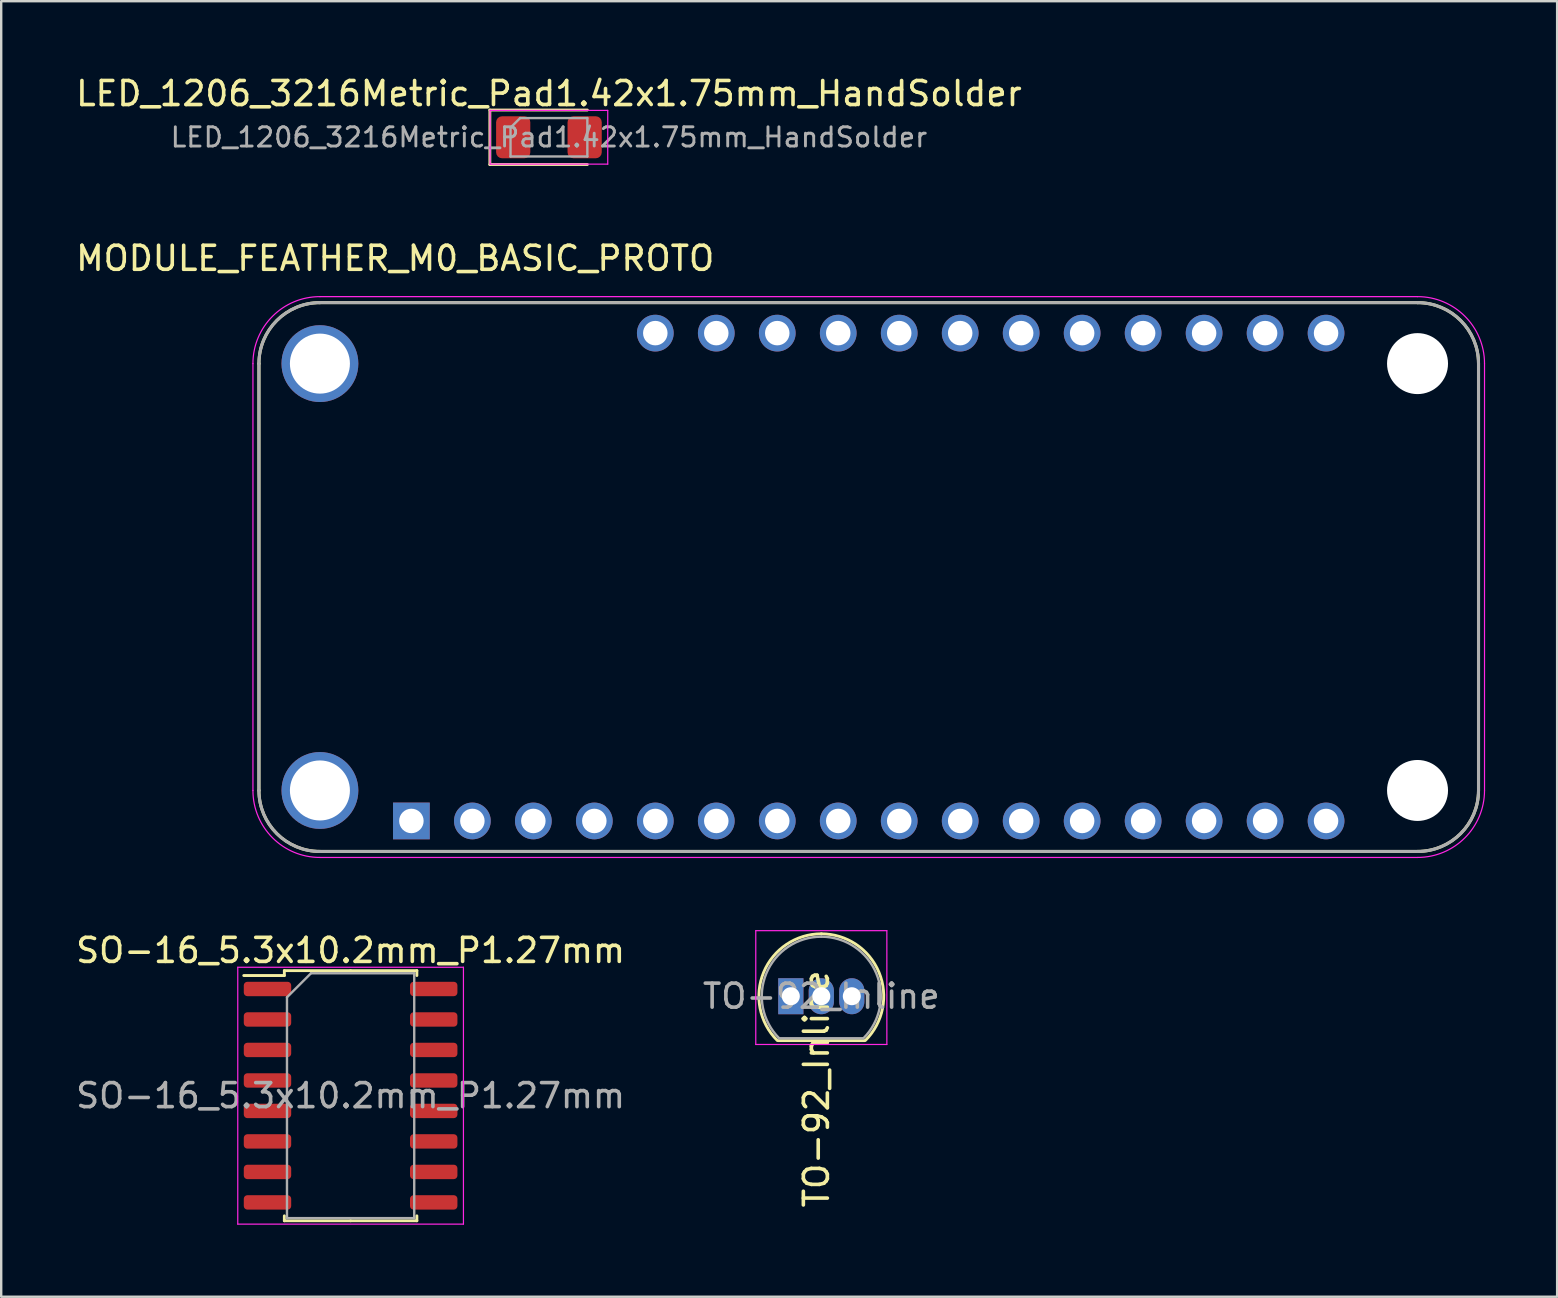
<source format=kicad_pcb>
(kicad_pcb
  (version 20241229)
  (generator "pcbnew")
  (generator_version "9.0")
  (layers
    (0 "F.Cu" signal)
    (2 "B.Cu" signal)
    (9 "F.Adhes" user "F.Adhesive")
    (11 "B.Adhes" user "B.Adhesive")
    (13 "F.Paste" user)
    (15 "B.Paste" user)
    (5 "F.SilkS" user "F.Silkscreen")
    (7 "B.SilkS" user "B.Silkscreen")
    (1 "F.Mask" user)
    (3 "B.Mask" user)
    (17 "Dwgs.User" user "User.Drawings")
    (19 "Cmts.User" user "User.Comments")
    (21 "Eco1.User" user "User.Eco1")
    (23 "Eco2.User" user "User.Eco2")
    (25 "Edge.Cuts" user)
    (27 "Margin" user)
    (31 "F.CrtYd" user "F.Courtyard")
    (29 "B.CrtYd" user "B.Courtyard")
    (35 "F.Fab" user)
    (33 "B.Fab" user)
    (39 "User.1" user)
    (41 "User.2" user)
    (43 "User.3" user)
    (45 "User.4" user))
  (footprint "TO-92_Inline"
    (layer "F.Cu")
    (at 29.891 38.447)
    (property "Reference" "TO-92_Inline" (at 1.067 3.861 90) (layer "F.SilkS") (effects (font (size 1 1) (thickness 0.15))))
    (attr through_hole)
    (fp_line (start -0.53 1.85) (end 3.07 1.85) (stroke (width 0.12) (type solid)) (layer "F.SilkS"))
    (fp_arc (start -0.568478 1.838478) (mid -1.132087 -0.994977) (end 1.27 -2.6) (stroke (width 0.12) (type solid)) (layer "F.SilkS"))
    (fp_arc (start 1.27 -2.6) (mid 3.672087 -0.994977) (end 3.108478 1.838478) (stroke (width 0.12) (type solid)) (layer "F.SilkS"))
    (fp_line (start -1.46 -2.73) (end -1.46 2.01) (stroke (width 0.05) (type solid)) (layer "F.CrtYd"))
    (fp_line (start -1.46 -2.73) (end 4 -2.73) (stroke (width 0.05) (type solid)) (layer "F.CrtYd"))
    (fp_line (start 4 2.01) (end -1.46 2.01) (stroke (width 0.05) (type solid)) (layer "F.CrtYd"))
    (fp_line (start 4 2.01) (end 4 -2.73) (stroke (width 0.05) (type solid)) (layer "F.CrtYd"))
    (fp_line (start -0.5 1.75) (end 3 1.75) (stroke (width 0.1) (type solid)) (layer "F.Fab"))
    (fp_arc (start -0.483625 1.753625) (mid -1.021221 -0.949055) (end 1.27 -2.48) (stroke (width 0.1) (type solid)) (layer "F.Fab"))
    (fp_arc (start 1.27 -2.48) (mid 3.561221 -0.949055) (end 3.023625 1.753625) (stroke (width 0.1) (type solid)) (layer "F.Fab"))
    (fp_text user "${REFERENCE}" (at 1.27 0 0) (layer "F.Fab") (effects (font (size 1 1) (thickness 0.15))))
    (pad "1" thru_hole rect (at 0 0) (size 1.05 1.5) (drill 0.75) (layers "*.Cu" "*.Mask"))
    (pad "2" thru_hole oval (at 1.27 0) (size 1.05 1.5) (drill 0.75) (layers "*.Cu" "*.Mask"))
    (pad "3" thru_hole oval (at 2.54 0) (size 1.05 1.5) (drill 0.75) (layers "*.Cu" "*.Mask")))
  (footprint "MODULE_FEATHER_M0_BASIC_PROTO"
    (layer "F.Cu")
    (at 33.136 20.986)
    (property "Reference" "MODULE_FEATHER_M0_BASIC_PROTO" (at -19.725 -13.275 0) (layer "F.SilkS") (effects (font (size 1 1) (thickness 0.15))))
    (attr through_hole)
    (fp_line (start -25.4 8.89) (end -25.4 -8.89) (stroke (width 0.127) (type solid)) (layer "F.SilkS"))
    (fp_line (start -22.86 -11.43) (end 22.86 -11.43) (stroke (width 0.127) (type solid)) (layer "F.SilkS"))
    (fp_line (start 22.86 11.43) (end -22.86 11.43) (stroke (width 0.127) (type solid)) (layer "F.SilkS"))
    (fp_line (start 25.4 -8.89) (end 25.4 8.89) (stroke (width 0.127) (type solid)) (layer "F.SilkS"))
    (fp_arc (start -25.4 -8.89) (mid -24.656051 -10.686051) (end -22.86 -11.43) (stroke (width 0.127) (type solid)) (layer "F.SilkS"))
    (fp_arc (start -22.86 11.43) (mid -24.656051 10.686051) (end -25.4 8.89) (stroke (width 0.127) (type solid)) (layer "F.SilkS"))
    (fp_arc (start 22.86 -11.43) (mid 24.656051 -10.686051) (end 25.4 -8.89) (stroke (width 0.127) (type solid)) (layer "F.SilkS"))
    (fp_arc (start 25.4 8.89) (mid 24.656051 10.686051) (end 22.86 11.43) (stroke (width 0.127) (type solid)) (layer "F.SilkS"))
    (fp_line (start -25.65 -8.89) (end -25.65 8.89) (stroke (width 0.05) (type solid)) (layer "F.CrtYd"))
    (fp_line (start -22.86 11.68) (end 22.86 11.68) (stroke (width 0.05) (type solid)) (layer "F.CrtYd"))
    (fp_line (start 22.86 -11.68) (end -22.86 -11.68) (stroke (width 0.05) (type solid)) (layer "F.CrtYd"))
    (fp_line (start 25.65 8.89) (end 25.65 -8.89) (stroke (width 0.05) (type solid)) (layer "F.CrtYd"))
    (fp_arc (start -25.65 -8.89) (mid -24.832828 -10.862828) (end -22.86 -11.68) (stroke (width 0.05) (type solid)) (layer "F.CrtYd"))
    (fp_arc (start -22.86 11.68) (mid -24.832828 10.862828) (end -25.65 8.89) (stroke (width 0.05) (type solid)) (layer "F.CrtYd"))
    (fp_arc (start 22.86 -11.68) (mid 24.832828 -10.862828) (end 25.65 -8.89) (stroke (width 0.05) (type solid)) (layer "F.CrtYd"))
    (fp_arc (start 25.65 8.89) (mid 24.832828 10.862828) (end 22.86 11.68) (stroke (width 0.05) (type solid)) (layer "F.CrtYd"))
    (fp_line (start -25.4 8.89) (end -25.4 -8.89) (stroke (width 0.127) (type solid)) (layer "F.Fab"))
    (fp_line (start -22.86 -11.43) (end 22.86 -11.43) (stroke (width 0.127) (type solid)) (layer "F.Fab"))
    (fp_line (start 22.86 11.43) (end -22.86 11.43) (stroke (width 0.127) (type solid)) (layer "F.Fab"))
    (fp_line (start 25.4 -8.89) (end 25.4 8.89) (stroke (width 0.127) (type solid)) (layer "F.Fab"))
    (fp_arc (start -25.4 -8.89) (mid -24.656051 -10.686051) (end -22.86 -11.43) (stroke (width 0.127) (type solid)) (layer "F.Fab"))
    (fp_arc (start -22.86 11.43) (mid -24.656051 10.686051) (end -25.4 8.89) (stroke (width 0.127) (type solid)) (layer "F.Fab"))
    (fp_arc (start 22.86 -11.43) (mid 24.656051 -10.686051) (end 25.4 -8.89) (stroke (width 0.127) (type solid)) (layer "F.Fab"))
    (fp_arc (start 25.4 8.89) (mid 24.656051 10.686051) (end 22.86 11.43) (stroke (width 0.127) (type solid)) (layer "F.Fab"))
    (pad "" np_thru_hole circle (at 22.86 -8.89) (size 2.54 2.54) (drill 2.54) (layers "*.Cu" "*.Mask"))
    (pad "" np_thru_hole circle (at 22.86 8.89) (size 2.54 2.54) (drill 2.54) (layers "*.Cu" "*.Mask"))
    (pad "1" thru_hole rect (at -19.05 10.16) (size 1.53 1.53) (drill 1.02) (layers "*.Cu" "*.Mask"))
    (pad "2" thru_hole circle (at -16.51 10.16) (size 1.53 1.53) (drill 1.02) (layers "*.Cu" "*.Mask"))
    (pad "3" thru_hole circle (at -13.97 10.16) (size 1.53 1.53) (drill 1.02) (layers "*.Cu" "*.Mask"))
    (pad "4" thru_hole circle (at -11.43 10.16) (size 1.53 1.53) (drill 1.02) (layers "*.Cu" "*.Mask"))
    (pad "5" thru_hole circle (at -8.89 10.16) (size 1.53 1.53) (drill 1.02) (layers "*.Cu" "*.Mask"))
    (pad "6" thru_hole circle (at -6.35 10.16) (size 1.53 1.53) (drill 1.02) (layers "*.Cu" "*.Mask"))
    (pad "7" thru_hole circle (at -3.81 10.16) (size 1.53 1.53) (drill 1.02) (layers "*.Cu" "*.Mask"))
    (pad "8" thru_hole circle (at -1.27 10.16) (size 1.53 1.53) (drill 1.02) (layers "*.Cu" "*.Mask"))
    (pad "9" thru_hole circle (at 1.27 10.16) (size 1.53 1.53) (drill 1.02) (layers "*.Cu" "*.Mask"))
    (pad "10" thru_hole circle (at 3.81 10.16) (size 1.53 1.53) (drill 1.02) (layers "*.Cu" "*.Mask"))
    (pad "11" thru_hole circle (at 6.35 10.16) (size 1.53 1.53) (drill 1.02) (layers "*.Cu" "*.Mask"))
    (pad "12" thru_hole circle (at 8.89 10.16) (size 1.53 1.53) (drill 1.02) (layers "*.Cu" "*.Mask"))
    (pad "13" thru_hole circle (at 11.43 10.16) (size 1.53 1.53) (drill 1.02) (layers "*.Cu" "*.Mask"))
    (pad "14" thru_hole circle (at 13.97 10.16) (size 1.53 1.53) (drill 1.02) (layers "*.Cu" "*.Mask"))
    (pad "15" thru_hole circle (at 16.51 10.16) (size 1.53 1.53) (drill 1.02) (layers "*.Cu" "*.Mask"))
    (pad "16" thru_hole circle (at 19.05 10.16) (size 1.53 1.53) (drill 1.02) (layers "*.Cu" "*.Mask"))
    (pad "17" thru_hole circle (at 19.05 -10.16) (size 1.53 1.53) (drill 1.02) (layers "*.Cu" "*.Mask"))
    (pad "18" thru_hole circle (at 16.51 -10.16) (size 1.53 1.53) (drill 1.02) (layers "*.Cu" "*.Mask"))
    (pad "19" thru_hole circle (at 13.97 -10.16) (size 1.53 1.53) (drill 1.02) (layers "*.Cu" "*.Mask"))
    (pad "20" thru_hole circle (at 11.43 -10.16) (size 1.53 1.53) (drill 1.02) (layers "*.Cu" "*.Mask"))
    (pad "21" thru_hole circle (at 8.89 -10.16) (size 1.53 1.53) (drill 1.02) (layers "*.Cu" "*.Mask"))
    (pad "22" thru_hole circle (at 6.35 -10.16) (size 1.53 1.53) (drill 1.02) (layers "*.Cu" "*.Mask"))
    (pad "23" thru_hole circle (at 3.81 -10.16) (size 1.53 1.53) (drill 1.02) (layers "*.Cu" "*.Mask"))
    (pad "24" thru_hole circle (at 1.27 -10.16) (size 1.53 1.53) (drill 1.02) (layers "*.Cu" "*.Mask"))
    (pad "25" thru_hole circle (at -1.27 -10.16) (size 1.53 1.53) (drill 1.02) (layers "*.Cu" "*.Mask"))
    (pad "26" thru_hole circle (at -3.81 -10.16) (size 1.53 1.53) (drill 1.02) (layers "*.Cu" "*.Mask"))
    (pad "27" thru_hole circle (at -6.35 -10.16) (size 1.53 1.53) (drill 1.02) (layers "*.Cu" "*.Mask"))
    (pad "28" thru_hole circle (at -8.89 -10.16) (size 1.53 1.53) (drill 1.02) (layers "*.Cu" "*.Mask"))
    (pad "P$1" thru_hole circle (at -22.86 -8.89) (size 3.2 3.2) (drill 2.5) (layers "*.Cu" "*.Mask"))
    (pad "P$2" thru_hole circle (at -22.86 8.89) (size 3.2 3.2) (drill 2.5) (layers "*.Cu" "*.Mask")))
  (footprint "LED_1206_3216Metric_Pad1.42x1.75mm_HandSolder"
    (layer "F.Cu")
    (at 19.815 2.668)
    (property "Reference" "LED_1206_3216Metric_Pad1.42x1.75mm_HandSolder" (at 0 -1.82 0) (layer "F.SilkS") (effects (font (size 1 1) (thickness 0.15))))
    (attr smd)
    (fp_line (start -2.46 -1.135) (end -2.46 1.135) (stroke (width 0.12) (type solid)) (layer "F.SilkS"))
    (fp_line (start -2.46 1.135) (end 1.6 1.135) (stroke (width 0.12) (type solid)) (layer "F.SilkS"))
    (fp_line (start 1.6 -1.135) (end -2.46 -1.135) (stroke (width 0.12) (type solid)) (layer "F.SilkS"))
    (fp_line (start -2.45 -1.12) (end 2.45 -1.12) (stroke (width 0.05) (type solid)) (layer "F.CrtYd"))
    (fp_line (start -2.45 1.12) (end -2.45 -1.12) (stroke (width 0.05) (type solid)) (layer "F.CrtYd"))
    (fp_line (start 2.45 -1.12) (end 2.45 1.12) (stroke (width 0.05) (type solid)) (layer "F.CrtYd"))
    (fp_line (start 2.45 1.12) (end -2.45 1.12) (stroke (width 0.05) (type solid)) (layer "F.CrtYd"))
    (fp_line (start -1.6 -0.4) (end -1.6 0.8) (stroke (width 0.1) (type solid)) (layer "F.Fab"))
    (fp_line (start -1.6 0.8) (end 1.6 0.8) (stroke (width 0.1) (type solid)) (layer "F.Fab"))
    (fp_line (start -1.2 -0.8) (end -1.6 -0.4) (stroke (width 0.1) (type solid)) (layer "F.Fab"))
    (fp_line (start 1.6 -0.8) (end -1.2 -0.8) (stroke (width 0.1) (type solid)) (layer "F.Fab"))
    (fp_line (start 1.6 0.8) (end 1.6 -0.8) (stroke (width 0.1) (type solid)) (layer "F.Fab"))
    (fp_text user "${REFERENCE}" (at 0 0 0) (layer "F.Fab") (effects (font (size 0.8 0.8) (thickness 0.12))))
    (pad "1" smd roundrect (at -1.488 0) (size 1.425 1.75) (layers "F.Cu" "F.Mask" "F.Paste") (roundrect_rratio 0.175))
    (pad "2" smd roundrect (at 1.488 0) (size 1.425 1.75) (layers "F.Cu" "F.Mask" "F.Paste") (roundrect_rratio 0.175)))
  (footprint "SO-16_5.3x10.2mm_P1.27mm"
    (layer "F.Cu")
    (at 11.554 42.59)
    (property "Reference" "SO-16_5.3x10.2mm_P1.27mm" (at 0 -6.05 0) (layer "F.SilkS") (effects (font (size 1 1) (thickness 0.15))))
    (attr smd)
    (fp_line (start -2.76 -5.21) (end -2.76 -5.005) (stroke (width 0.12) (type solid)) (layer "F.SilkS"))
    (fp_line (start -2.76 -5.005) (end -4.45 -5.005) (stroke (width 0.12) (type solid)) (layer "F.SilkS"))
    (fp_line (start -2.76 5.21) (end -2.76 5.005) (stroke (width 0.12) (type solid)) (layer "F.SilkS"))
    (fp_line (start 0 -5.21) (end -2.76 -5.21) (stroke (width 0.12) (type solid)) (layer "F.SilkS"))
    (fp_line (start 0 -5.21) (end 2.76 -5.21) (stroke (width 0.12) (type solid)) (layer "F.SilkS"))
    (fp_line (start 0 5.21) (end -2.76 5.21) (stroke (width 0.12) (type solid)) (layer "F.SilkS"))
    (fp_line (start 0 5.21) (end 2.76 5.21) (stroke (width 0.12) (type solid)) (layer "F.SilkS"))
    (fp_line (start 2.76 -5.21) (end 2.76 -5.005) (stroke (width 0.12) (type solid)) (layer "F.SilkS"))
    (fp_line (start 2.76 5.21) (end 2.76 5.005) (stroke (width 0.12) (type solid)) (layer "F.SilkS"))
    (fp_line (start -4.7 -5.35) (end -4.7 5.35) (stroke (width 0.05) (type solid)) (layer "F.CrtYd"))
    (fp_line (start -4.7 5.35) (end 4.7 5.35) (stroke (width 0.05) (type solid)) (layer "F.CrtYd"))
    (fp_line (start 4.7 -5.35) (end -4.7 -5.35) (stroke (width 0.05) (type solid)) (layer "F.CrtYd"))
    (fp_line (start 4.7 5.35) (end 4.7 -5.35) (stroke (width 0.05) (type solid)) (layer "F.CrtYd"))
    (fp_line (start -2.65 -4.1) (end -1.65 -5.1) (stroke (width 0.1) (type solid)) (layer "F.Fab"))
    (fp_line (start -2.65 5.1) (end -2.65 -4.1) (stroke (width 0.1) (type solid)) (layer "F.Fab"))
    (fp_line (start -1.65 -5.1) (end 2.65 -5.1) (stroke (width 0.1) (type solid)) (layer "F.Fab"))
    (fp_line (start 2.65 -5.1) (end 2.65 5.1) (stroke (width 0.1) (type solid)) (layer "F.Fab"))
    (fp_line (start 2.65 5.1) (end -2.65 5.1) (stroke (width 0.1) (type solid)) (layer "F.Fab"))
    (fp_text user "${REFERENCE}" (at 0 0 0) (layer "F.Fab") (effects (font (size 1 1) (thickness 0.15))))
    (pad "1" smd roundrect (at -3.462 -4.445) (size 1.975 0.6) (layers "F.Cu" "F.Mask" "F.Paste") (roundrect_rratio 0.25))
    (pad "2" smd roundrect (at -3.462 -3.175) (size 1.975 0.6) (layers "F.Cu" "F.Mask" "F.Paste") (roundrect_rratio 0.25))
    (pad "3" smd roundrect (at -3.462 -1.905) (size 1.975 0.6) (layers "F.Cu" "F.Mask" "F.Paste") (roundrect_rratio 0.25))
    (pad "4" smd roundrect (at -3.462 -0.635) (size 1.975 0.6) (layers "F.Cu" "F.Mask" "F.Paste") (roundrect_rratio 0.25))
    (pad "5" smd roundrect (at -3.462 0.635) (size 1.975 0.6) (layers "F.Cu" "F.Mask" "F.Paste") (roundrect_rratio 0.25))
    (pad "6" smd roundrect (at -3.462 1.905) (size 1.975 0.6) (layers "F.Cu" "F.Mask" "F.Paste") (roundrect_rratio 0.25))
    (pad "7" smd roundrect (at -3.462 3.175) (size 1.975 0.6) (layers "F.Cu" "F.Mask" "F.Paste") (roundrect_rratio 0.25))
    (pad "8" smd roundrect (at -3.462 4.445) (size 1.975 0.6) (layers "F.Cu" "F.Mask" "F.Paste") (roundrect_rratio 0.25))
    (pad "9" smd roundrect (at 3.462 4.445) (size 1.975 0.6) (layers "F.Cu" "F.Mask" "F.Paste") (roundrect_rratio 0.25))
    (pad "10" smd roundrect (at 3.462 3.175) (size 1.975 0.6) (layers "F.Cu" "F.Mask" "F.Paste") (roundrect_rratio 0.25))
    (pad "11" smd roundrect (at 3.462 1.905) (size 1.975 0.6) (layers "F.Cu" "F.Mask" "F.Paste") (roundrect_rratio 0.25))
    (pad "12" smd roundrect (at 3.462 0.635) (size 1.975 0.6) (layers "F.Cu" "F.Mask" "F.Paste") (roundrect_rratio 0.25))
    (pad "13" smd roundrect (at 3.462 -0.635) (size 1.975 0.6) (layers "F.Cu" "F.Mask" "F.Paste") (roundrect_rratio 0.25))
    (pad "14" smd roundrect (at 3.462 -1.905) (size 1.975 0.6) (layers "F.Cu" "F.Mask" "F.Paste") (roundrect_rratio 0.25))
    (pad "15" smd roundrect (at 3.462 -3.175) (size 1.975 0.6) (layers "F.Cu" "F.Mask" "F.Paste") (roundrect_rratio 0.25))
    (pad "16" smd roundrect (at 3.462 -4.445) (size 1.975 0.6) (layers "F.Cu" "F.Mask" "F.Paste") (roundrect_rratio 0.25)))
  (gr_rect
    (start -3 -3)
    (end 61.811 50.965)
    (stroke (width 0.1) (type default))
    (fill no)
    (layer "Edge.Cuts")))
</source>
